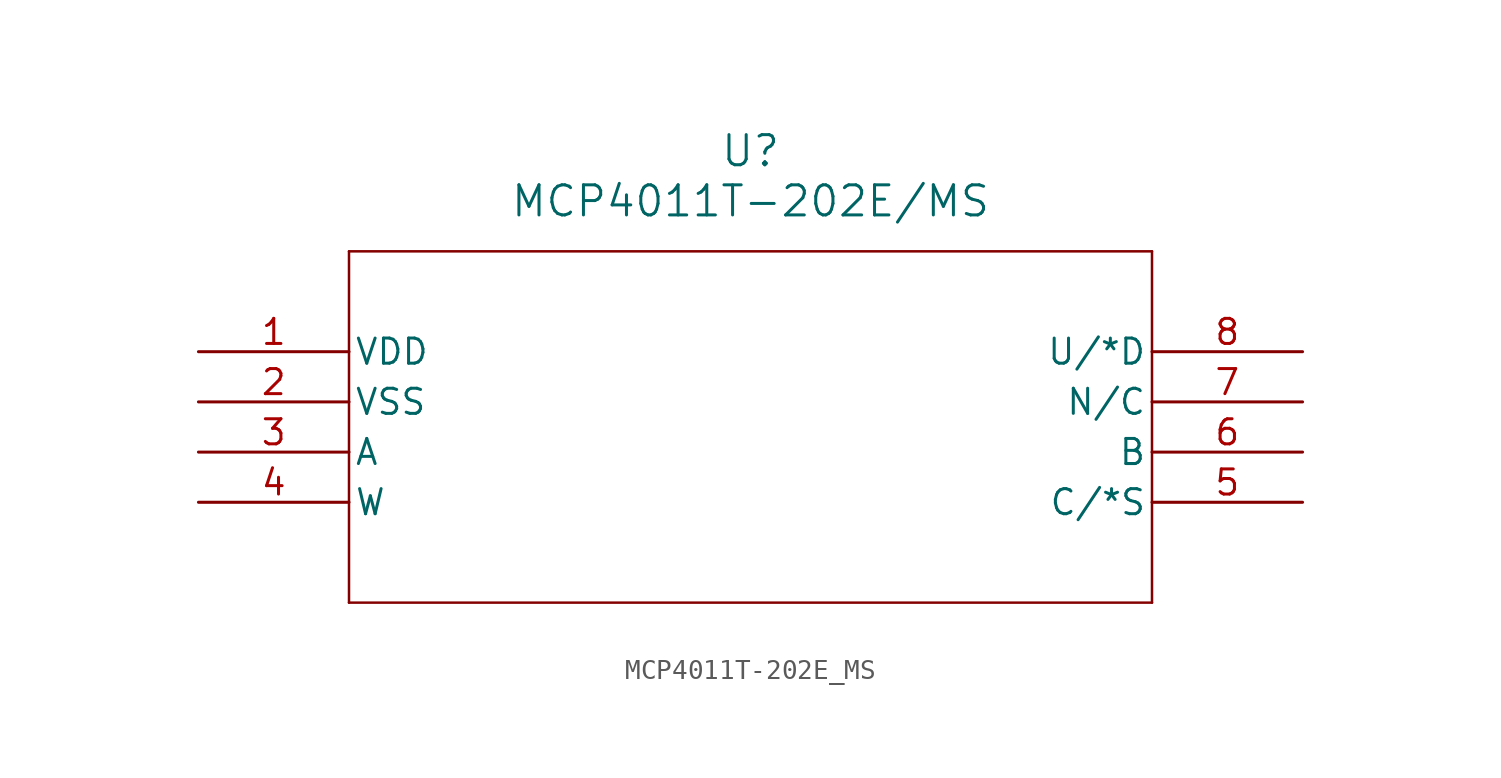
<source format=kicad_sym>
(kicad_symbol_lib
  (version 20211014)
  (generator kicad_symbol_editor)
  (symbol "MCP4011T-202E_MS"
    (pin_names
      (offset 0.254))
    (property "Reference" "U"
      (at 27.94 10.16 0)
      (effects (font (size 1.524 1.524))))
    (property "Value" "MCP4011T-202E/MS"
      (at 27.94 7.62 0)
      (effects (font (size 1.524 1.524))))
    (symbol "MCP4011T-202E_MS_0_1"
      (polyline (pts (xy 7.62 5.08) (xy 7.62 -12.7)) (stroke (width 0.127) (type default) (color 0 0 0 0)) (fill (type none)))
      (polyline (pts (xy 7.62 -12.7) (xy 48.26 -12.7)) (stroke (width 0.127) (type default) (color 0 0 0 0)) (fill (type none)))
      (polyline (pts (xy 48.26 -12.7) (xy 48.26 5.08)) (stroke (width 0.127) (type default) (color 0 0 0 0)) (fill (type none)))
      (polyline (pts (xy 48.26 5.08) (xy 7.62 5.08)) (stroke (width 0.127) (type default) (color 0 0 0 0)) (fill (type none)))
      (pin unspecified line (at 0 0 0) (length 7.62) (name "VDD" (effects (font (size 1.27 1.27)))) (number "1" (effects (font (size 1.27 1.27)))))
      (pin unspecified line (at 0 -2.54 0) (length 7.62) (name "VSS" (effects (font (size 1.27 1.27)))) (number "2" (effects (font (size 1.27 1.27)))))
      (pin unspecified line (at 0 -5.08 0) (length 7.62) (name "A" (effects (font (size 1.27 1.27)))) (number "3" (effects (font (size 1.27 1.27)))))
      (pin unspecified line (at 0 -7.62 0) (length 7.62) (name "W" (effects (font (size 1.27 1.27)))) (number "4" (effects (font (size 1.27 1.27)))))
      (pin unspecified line (at 55.88 -7.62 180) (length 7.62) (name "C/*S" (effects (font (size 1.27 1.27)))) (number "5" (effects (font (size 1.27 1.27)))))
      (pin unspecified line (at 55.88 -5.08 180) (length 7.62) (name "B" (effects (font (size 1.27 1.27)))) (number "6" (effects (font (size 1.27 1.27)))))
      (pin unspecified line (at 55.88 -2.54 180) (length 7.62) (name "N/C" (effects (font (size 1.27 1.27)))) (number "7" (effects (font (size 1.27 1.27)))))
      (pin unspecified line (at 55.88 0 180) (length 7.62) (name "U/*D" (effects (font (size 1.27 1.27)))) (number "8" (effects (font (size 1.27 1.27))))))))
</source>
